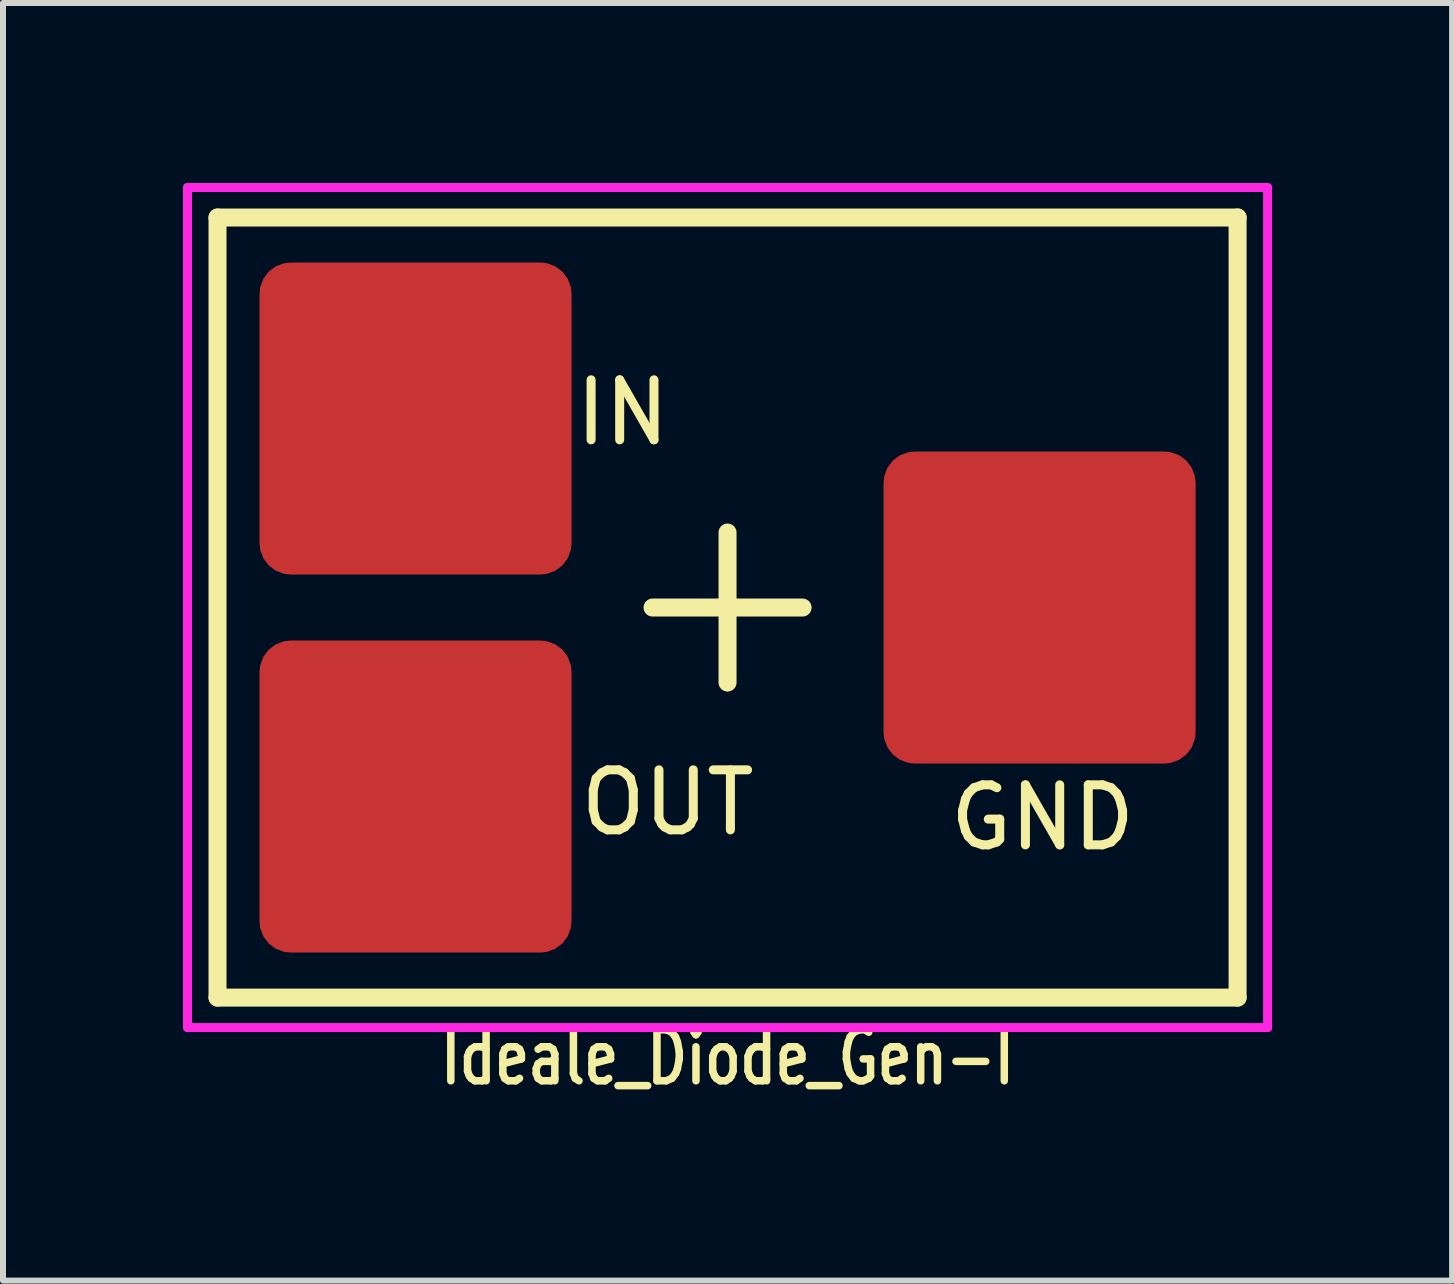
<source format=kicad_pcb>
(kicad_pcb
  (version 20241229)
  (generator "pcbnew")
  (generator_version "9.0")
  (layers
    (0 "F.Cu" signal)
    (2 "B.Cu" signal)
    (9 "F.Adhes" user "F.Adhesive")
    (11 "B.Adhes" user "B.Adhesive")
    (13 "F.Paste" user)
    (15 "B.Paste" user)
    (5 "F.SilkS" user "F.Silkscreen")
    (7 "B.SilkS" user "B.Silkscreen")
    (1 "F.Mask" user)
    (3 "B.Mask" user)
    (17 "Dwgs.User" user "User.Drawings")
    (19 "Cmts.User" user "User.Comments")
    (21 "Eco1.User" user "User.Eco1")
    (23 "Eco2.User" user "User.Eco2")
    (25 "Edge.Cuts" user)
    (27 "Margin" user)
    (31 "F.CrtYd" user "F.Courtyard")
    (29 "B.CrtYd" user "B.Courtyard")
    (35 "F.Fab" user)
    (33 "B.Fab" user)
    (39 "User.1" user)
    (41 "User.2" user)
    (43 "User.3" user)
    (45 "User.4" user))
  (footprint "Ideale_Diode_Gen-I"
    (layer "F.Cu")
    (at 9.075 7.075)
    (property "Reference" "Ideale_Diode_Gen-I" (at 0 7.5 0) (layer "F.SilkS") (effects (font (size 0.85 0.65) (thickness 0.125))))
    (attr through_hole)
    (fp_line (start -8.5 -6.5) (end -8.5 6.5) (stroke (width 0.3) (type solid)) (layer "F.SilkS"))
    (fp_line (start -8.5 -6.5) (end 8.5 -6.5) (stroke (width 0.3) (type solid)) (layer "F.SilkS"))
    (fp_line (start -1.25 0) (end 1.25 0) (stroke (width 0.3) (type solid)) (layer "F.SilkS"))
    (fp_line (start 0 1.25) (end 0 -1.25) (stroke (width 0.3) (type solid)) (layer "F.SilkS"))
    (fp_line (start 8.5 -6.5) (end 8.5 6.5) (stroke (width 0.3) (type solid)) (layer "F.SilkS"))
    (fp_line (start 8.5 6.5) (end -8.5 6.5) (stroke (width 0.3) (type solid)) (layer "F.SilkS"))
    (fp_line (start -9 -7) (end 9 -7) (stroke (width 0.15) (type solid)) (layer "F.CrtYd"))
    (fp_line (start -9 7) (end -9 -7) (stroke (width 0.15) (type solid)) (layer "F.CrtYd"))
    (fp_line (start 9 -7) (end 9 7) (stroke (width 0.15) (type solid)) (layer "F.CrtYd"))
    (fp_line (start 9 7) (end -9 7) (stroke (width 0.15) (type solid)) (layer "F.CrtYd"))
    (fp_text user "IN" (at -1.75 -3.25 0) (layer "F.SilkS") (effects (font (size 1 1) (thickness 0.15))))
    (fp_text user "GND" (at 5.25 3.5 0) (layer "F.SilkS") (effects (font (size 1 1) (thickness 0.15))))
    (fp_text user "OUT" (at -1 3.25 0) (layer "F.SilkS") (effects (font (size 1 1) (thickness 0.15))))
    (pad "1" smd roundrect (at -5.2 -3.15) (size 5.2 5.2) (layers "F.Cu" "F.Mask" "F.Paste") (roundrect_rratio 0.1))
    (pad "2" smd roundrect (at -5.2 3.15) (size 5.2 5.2) (layers "F.Cu" "F.Mask" "F.Paste") (roundrect_rratio 0.1))
    (pad "3" smd roundrect (at 5.2 0) (size 5.2 5.2) (layers "F.Cu" "F.Mask" "F.Paste") (roundrect_rratio 0.1)))
  (gr_rect
    (start -3 -3)
    (end 21.15 18.292)
    (stroke (width 0.1) (type default))
    (fill no)
    (layer "Edge.Cuts")))
</source>
